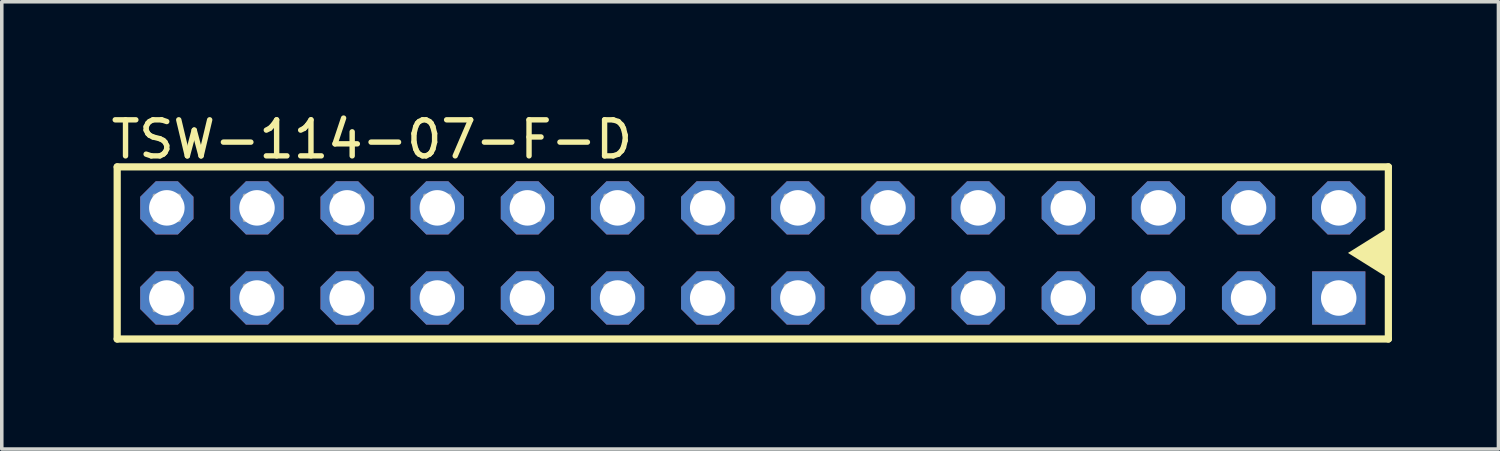
<source format=kicad_pcb>
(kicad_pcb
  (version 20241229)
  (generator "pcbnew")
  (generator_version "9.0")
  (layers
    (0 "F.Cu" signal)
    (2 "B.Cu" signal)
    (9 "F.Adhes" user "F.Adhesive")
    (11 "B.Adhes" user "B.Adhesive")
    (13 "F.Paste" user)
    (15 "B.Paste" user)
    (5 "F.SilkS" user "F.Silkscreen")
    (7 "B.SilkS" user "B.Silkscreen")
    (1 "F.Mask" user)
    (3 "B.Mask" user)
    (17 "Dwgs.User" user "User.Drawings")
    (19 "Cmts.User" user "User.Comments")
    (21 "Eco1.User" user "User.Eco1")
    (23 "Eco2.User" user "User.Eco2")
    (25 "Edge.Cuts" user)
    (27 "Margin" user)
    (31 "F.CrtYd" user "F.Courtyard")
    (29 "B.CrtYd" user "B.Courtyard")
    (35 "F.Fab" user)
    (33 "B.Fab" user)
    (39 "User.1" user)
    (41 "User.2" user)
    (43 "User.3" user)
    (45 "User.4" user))
  (footprint "TSW-114-07-F-D"
    (layer "F.Cu")
    (at 1.651 5.347)
    (property "Reference" "TSW-114-07-F-D" (at -1.651 -3.873 0) (layer "F.SilkS") (effects (font (size 1.016 1.016) (thickness 0.152)) (justify left bottom)))
    (attr through_hole)
    (fp_line (start -1.399 -3.695) (end 34.419 -3.695) (stroke (width 0.203) (type solid)) (layer "F.SilkS"))
    (fp_line (start -1.399 1.155) (end -1.399 -3.695) (stroke (width 0.203) (type solid)) (layer "F.SilkS"))
    (fp_line (start 34.419 -3.695) (end 34.419 1.155) (stroke (width 0.203) (type solid)) (layer "F.SilkS"))
    (fp_line (start 34.419 1.155) (end -1.399 1.155) (stroke (width 0.203) (type solid)) (layer "F.SilkS"))
    (fp_poly (pts (xy 34.48 -0.52) (xy 33.281 -1.27) (xy 34.48 -2.02)) (stroke (width 0) (type default)) (fill yes) (layer "F.SilkS"))
    (fp_poly (pts (xy -0.35 -2.19) (xy 0.35 -2.19) (xy 0.35 -2.89) (xy -0.35 -2.89)) (stroke (width 0.1) (type default)) (fill no) (layer "F.Fab"))
    (fp_poly (pts (xy -0.35 0.35) (xy 0.35 0.35) (xy 0.35 -0.35) (xy -0.35 -0.35)) (stroke (width 0.1) (type default)) (fill no) (layer "F.Fab"))
    (fp_poly (pts (xy 2.19 -2.19) (xy 2.89 -2.19) (xy 2.89 -2.89) (xy 2.19 -2.89)) (stroke (width 0.1) (type default)) (fill no) (layer "F.Fab"))
    (fp_poly (pts (xy 2.19 0.35) (xy 2.89 0.35) (xy 2.89 -0.35) (xy 2.19 -0.35)) (stroke (width 0.1) (type default)) (fill no) (layer "F.Fab"))
    (fp_poly (pts (xy 4.73 -2.19) (xy 5.43 -2.19) (xy 5.43 -2.89) (xy 4.73 -2.89)) (stroke (width 0.1) (type default)) (fill no) (layer "F.Fab"))
    (fp_poly (pts (xy 4.73 0.35) (xy 5.43 0.35) (xy 5.43 -0.35) (xy 4.73 -0.35)) (stroke (width 0.1) (type default)) (fill no) (layer "F.Fab"))
    (fp_poly (pts (xy 7.27 -2.19) (xy 7.97 -2.19) (xy 7.97 -2.89) (xy 7.27 -2.89)) (stroke (width 0.1) (type default)) (fill no) (layer "F.Fab"))
    (fp_poly (pts (xy 7.27 0.35) (xy 7.97 0.35) (xy 7.97 -0.35) (xy 7.27 -0.35)) (stroke (width 0.1) (type default)) (fill no) (layer "F.Fab"))
    (fp_poly (pts (xy 9.81 -2.19) (xy 10.51 -2.19) (xy 10.51 -2.89) (xy 9.81 -2.89)) (stroke (width 0.1) (type default)) (fill no) (layer "F.Fab"))
    (fp_poly (pts (xy 9.81 0.35) (xy 10.51 0.35) (xy 10.51 -0.35) (xy 9.81 -0.35)) (stroke (width 0.1) (type default)) (fill no) (layer "F.Fab"))
    (fp_poly (pts (xy 12.35 -2.19) (xy 13.05 -2.19) (xy 13.05 -2.89) (xy 12.35 -2.89)) (stroke (width 0.1) (type default)) (fill no) (layer "F.Fab"))
    (fp_poly (pts (xy 12.35 0.35) (xy 13.05 0.35) (xy 13.05 -0.35) (xy 12.35 -0.35)) (stroke (width 0.1) (type default)) (fill no) (layer "F.Fab"))
    (fp_poly (pts (xy 14.89 -2.19) (xy 15.59 -2.19) (xy 15.59 -2.89) (xy 14.89 -2.89)) (stroke (width 0.1) (type default)) (fill no) (layer "F.Fab"))
    (fp_poly (pts (xy 14.89 0.35) (xy 15.59 0.35) (xy 15.59 -0.35) (xy 14.89 -0.35)) (stroke (width 0.1) (type default)) (fill no) (layer "F.Fab"))
    (fp_poly (pts (xy 17.43 -2.19) (xy 18.13 -2.19) (xy 18.13 -2.89) (xy 17.43 -2.89)) (stroke (width 0.1) (type default)) (fill no) (layer "F.Fab"))
    (fp_poly (pts (xy 17.43 0.35) (xy 18.13 0.35) (xy 18.13 -0.35) (xy 17.43 -0.35)) (stroke (width 0.1) (type default)) (fill no) (layer "F.Fab"))
    (fp_poly (pts (xy 19.97 -2.19) (xy 20.67 -2.19) (xy 20.67 -2.89) (xy 19.97 -2.89)) (stroke (width 0.1) (type default)) (fill no) (layer "F.Fab"))
    (fp_poly (pts (xy 19.97 0.35) (xy 20.67 0.35) (xy 20.67 -0.35) (xy 19.97 -0.35)) (stroke (width 0.1) (type default)) (fill no) (layer "F.Fab"))
    (fp_poly (pts (xy 22.51 -2.19) (xy 23.21 -2.19) (xy 23.21 -2.89) (xy 22.51 -2.89)) (stroke (width 0.1) (type default)) (fill no) (layer "F.Fab"))
    (fp_poly (pts (xy 22.51 0.35) (xy 23.21 0.35) (xy 23.21 -0.35) (xy 22.51 -0.35)) (stroke (width 0.1) (type default)) (fill no) (layer "F.Fab"))
    (fp_poly (pts (xy 25.05 -2.19) (xy 25.75 -2.19) (xy 25.75 -2.89) (xy 25.05 -2.89)) (stroke (width 0.1) (type default)) (fill no) (layer "F.Fab"))
    (fp_poly (pts (xy 25.05 0.35) (xy 25.75 0.35) (xy 25.75 -0.35) (xy 25.05 -0.35)) (stroke (width 0.1) (type default)) (fill no) (layer "F.Fab"))
    (fp_poly (pts (xy 27.59 -2.19) (xy 28.29 -2.19) (xy 28.29 -2.89) (xy 27.59 -2.89)) (stroke (width 0.1) (type default)) (fill no) (layer "F.Fab"))
    (fp_poly (pts (xy 27.59 0.35) (xy 28.29 0.35) (xy 28.29 -0.35) (xy 27.59 -0.35)) (stroke (width 0.1) (type default)) (fill no) (layer "F.Fab"))
    (fp_poly (pts (xy 30.13 -2.19) (xy 30.83 -2.19) (xy 30.83 -2.89) (xy 30.13 -2.89)) (stroke (width 0.1) (type default)) (fill no) (layer "F.Fab"))
    (fp_poly (pts (xy 30.13 0.35) (xy 30.83 0.35) (xy 30.83 -0.35) (xy 30.13 -0.35)) (stroke (width 0.1) (type default)) (fill no) (layer "F.Fab"))
    (fp_poly (pts (xy 32.67 -2.19) (xy 33.37 -2.19) (xy 33.37 -2.89) (xy 32.67 -2.89)) (stroke (width 0.1) (type default)) (fill no) (layer "F.Fab"))
    (fp_poly (pts (xy 32.67 0.35) (xy 33.37 0.35) (xy 33.37 -0.35) (xy 32.67 -0.35)) (stroke (width 0.1) (type default)) (fill no) (layer "F.Fab"))
    (pad "1" thru_hole rect (at 33.02 0 180) (size 1.5 1.5) (drill 1) (layers "*.Cu" "*.Mask"))
    (pad "2" thru_hole roundrect (at 33.02 -2.54 180) (size 1.5 1.5) (drill 1) (layers "*.Cu" "*.Mask") (roundrect_rratio 0.25) (chamfer_ratio 0.293) (chamfer top_left top_right bottom_left bottom_right))
    (pad "3" thru_hole roundrect (at 30.48 0 180) (size 1.5 1.5) (drill 1) (layers "*.Cu" "*.Mask") (roundrect_rratio 0.25) (chamfer_ratio 0.293) (chamfer top_left top_right bottom_left bottom_right))
    (pad "4" thru_hole roundrect (at 30.48 -2.54 180) (size 1.5 1.5) (drill 1) (layers "*.Cu" "*.Mask") (roundrect_rratio 0.25) (chamfer_ratio 0.293) (chamfer top_left top_right bottom_left bottom_right))
    (pad "5" thru_hole roundrect (at 27.94 0 180) (size 1.5 1.5) (drill 1) (layers "*.Cu" "*.Mask") (roundrect_rratio 0.25) (chamfer_ratio 0.293) (chamfer top_left top_right bottom_left bottom_right))
    (pad "6" thru_hole roundrect (at 27.94 -2.54 180) (size 1.5 1.5) (drill 1) (layers "*.Cu" "*.Mask") (roundrect_rratio 0.25) (chamfer_ratio 0.293) (chamfer top_left top_right bottom_left bottom_right))
    (pad "7" thru_hole roundrect (at 25.4 0 180) (size 1.5 1.5) (drill 1) (layers "*.Cu" "*.Mask") (roundrect_rratio 0.25) (chamfer_ratio 0.293) (chamfer top_left top_right bottom_left bottom_right))
    (pad "8" thru_hole roundrect (at 25.4 -2.54 180) (size 1.5 1.5) (drill 1) (layers "*.Cu" "*.Mask") (roundrect_rratio 0.25) (chamfer_ratio 0.293) (chamfer top_left top_right bottom_left bottom_right))
    (pad "9" thru_hole roundrect (at 22.86 0 180) (size 1.5 1.5) (drill 1) (layers "*.Cu" "*.Mask") (roundrect_rratio 0.25) (chamfer_ratio 0.293) (chamfer top_left top_right bottom_left bottom_right))
    (pad "10" thru_hole roundrect (at 22.86 -2.54 180) (size 1.5 1.5) (drill 1) (layers "*.Cu" "*.Mask") (roundrect_rratio 0.25) (chamfer_ratio 0.293) (chamfer top_left top_right bottom_left bottom_right))
    (pad "11" thru_hole roundrect (at 20.32 0 180) (size 1.5 1.5) (drill 1) (layers "*.Cu" "*.Mask") (roundrect_rratio 0.25) (chamfer_ratio 0.293) (chamfer top_left top_right bottom_left bottom_right))
    (pad "12" thru_hole roundrect (at 20.32 -2.54 180) (size 1.5 1.5) (drill 1) (layers "*.Cu" "*.Mask") (roundrect_rratio 0.25) (chamfer_ratio 0.293) (chamfer top_left top_right bottom_left bottom_right))
    (pad "13" thru_hole roundrect (at 17.78 0 180) (size 1.5 1.5) (drill 1) (layers "*.Cu" "*.Mask") (roundrect_rratio 0.25) (chamfer_ratio 0.293) (chamfer top_left top_right bottom_left bottom_right))
    (pad "14" thru_hole roundrect (at 17.78 -2.54 180) (size 1.5 1.5) (drill 1) (layers "*.Cu" "*.Mask") (roundrect_rratio 0.25) (chamfer_ratio 0.293) (chamfer top_left top_right bottom_left bottom_right))
    (pad "15" thru_hole roundrect (at 15.24 0 180) (size 1.5 1.5) (drill 1) (layers "*.Cu" "*.Mask") (roundrect_rratio 0.25) (chamfer_ratio 0.293) (chamfer top_left top_right bottom_left bottom_right))
    (pad "16" thru_hole roundrect (at 15.24 -2.54 180) (size 1.5 1.5) (drill 1) (layers "*.Cu" "*.Mask") (roundrect_rratio 0.25) (chamfer_ratio 0.293) (chamfer top_left top_right bottom_left bottom_right))
    (pad "17" thru_hole roundrect (at 12.7 0 180) (size 1.5 1.5) (drill 1) (layers "*.Cu" "*.Mask") (roundrect_rratio 0.25) (chamfer_ratio 0.293) (chamfer top_left top_right bottom_left bottom_right))
    (pad "18" thru_hole roundrect (at 12.7 -2.54 180) (size 1.5 1.5) (drill 1) (layers "*.Cu" "*.Mask") (roundrect_rratio 0.25) (chamfer_ratio 0.293) (chamfer top_left top_right bottom_left bottom_right))
    (pad "19" thru_hole roundrect (at 10.16 0 180) (size 1.5 1.5) (drill 1) (layers "*.Cu" "*.Mask") (roundrect_rratio 0.25) (chamfer_ratio 0.293) (chamfer top_left top_right bottom_left bottom_right))
    (pad "20" thru_hole roundrect (at 10.16 -2.54 180) (size 1.5 1.5) (drill 1) (layers "*.Cu" "*.Mask") (roundrect_rratio 0.25) (chamfer_ratio 0.293) (chamfer top_left top_right bottom_left bottom_right))
    (pad "21" thru_hole roundrect (at 7.62 0 180) (size 1.5 1.5) (drill 1) (layers "*.Cu" "*.Mask") (roundrect_rratio 0.25) (chamfer_ratio 0.293) (chamfer top_left top_right bottom_left bottom_right))
    (pad "22" thru_hole roundrect (at 7.62 -2.54 180) (size 1.5 1.5) (drill 1) (layers "*.Cu" "*.Mask") (roundrect_rratio 0.25) (chamfer_ratio 0.293) (chamfer top_left top_right bottom_left bottom_right))
    (pad "23" thru_hole roundrect (at 5.08 0 180) (size 1.5 1.5) (drill 1) (layers "*.Cu" "*.Mask") (roundrect_rratio 0.25) (chamfer_ratio 0.293) (chamfer top_left top_right bottom_left bottom_right))
    (pad "24" thru_hole roundrect (at 5.08 -2.54 180) (size 1.5 1.5) (drill 1) (layers "*.Cu" "*.Mask") (roundrect_rratio 0.25) (chamfer_ratio 0.293) (chamfer top_left top_right bottom_left bottom_right))
    (pad "25" thru_hole roundrect (at 2.54 0 180) (size 1.5 1.5) (drill 1) (layers "*.Cu" "*.Mask") (roundrect_rratio 0.25) (chamfer_ratio 0.293) (chamfer top_left top_right bottom_left bottom_right))
    (pad "26" thru_hole roundrect (at 2.54 -2.54 180) (size 1.5 1.5) (drill 1) (layers "*.Cu" "*.Mask") (roundrect_rratio 0.25) (chamfer_ratio 0.293) (chamfer top_left top_right bottom_left bottom_right))
    (pad "27" thru_hole roundrect (at 0 0 180) (size 1.5 1.5) (drill 1) (layers "*.Cu" "*.Mask") (roundrect_rratio 0.25) (chamfer_ratio 0.293) (chamfer top_left top_right bottom_left bottom_right))
    (pad "28" thru_hole roundrect (at 0 -2.54 180) (size 1.5 1.5) (drill 1) (layers "*.Cu" "*.Mask") (roundrect_rratio 0.25) (chamfer_ratio 0.293) (chamfer top_left top_right bottom_left bottom_right)))
  (gr_rect
    (start -3 -3)
    (end 39.172 9.603)
    (stroke (width 0.1) (type default))
    (fill no)
    (layer "Edge.Cuts")))
</source>
